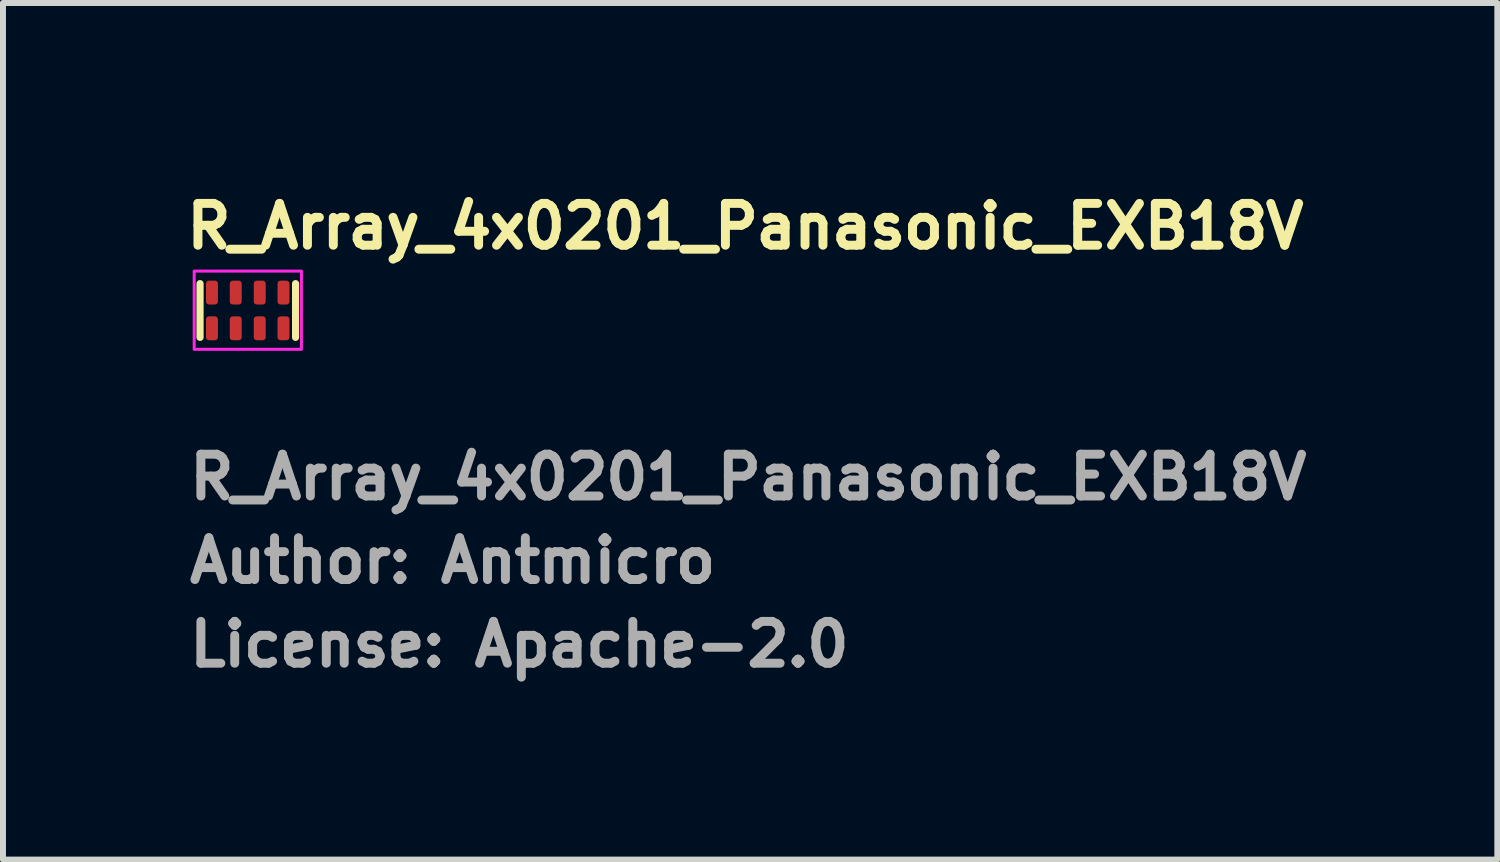
<source format=kicad_pcb>
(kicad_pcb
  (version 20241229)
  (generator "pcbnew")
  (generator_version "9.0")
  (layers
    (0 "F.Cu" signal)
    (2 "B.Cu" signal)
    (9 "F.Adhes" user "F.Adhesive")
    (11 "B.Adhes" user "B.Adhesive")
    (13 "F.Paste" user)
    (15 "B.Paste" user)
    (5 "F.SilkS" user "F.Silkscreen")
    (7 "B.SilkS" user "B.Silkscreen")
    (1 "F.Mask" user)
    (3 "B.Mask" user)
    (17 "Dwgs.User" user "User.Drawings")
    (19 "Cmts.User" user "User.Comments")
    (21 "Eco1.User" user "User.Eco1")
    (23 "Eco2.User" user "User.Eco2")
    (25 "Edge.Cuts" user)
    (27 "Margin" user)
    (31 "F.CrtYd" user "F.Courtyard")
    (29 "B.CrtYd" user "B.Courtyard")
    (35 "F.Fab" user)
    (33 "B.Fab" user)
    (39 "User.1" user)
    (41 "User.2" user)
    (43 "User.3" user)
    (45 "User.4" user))
  (footprint "R_Array_4x0201_Panasonic_EXB18V"
    (layer "F.Cu")
    (at 1.1 2.15)
    (property "Reference" "R_Array_4x0201_Panasonic_EXB18V" (at -1.1 -1 180) (layer "F.SilkS") (effects (font (size 0.7 0.7) (thickness 0.15)) (justify left bottom)))
    (attr smd)
    (fp_line (start -0.8 -0.45) (end -0.8 0.45) (stroke (width 0.12) (type solid)) (layer "F.SilkS"))
    (fp_line (start 0.8 -0.45) (end 0.8 0.45) (stroke (width 0.12) (type solid)) (layer "F.SilkS"))
    (fp_rect (start -0.898 -0.66) (end 0.898 0.65) (stroke (width 0.05) (type solid)) (fill no) (layer "F.CrtYd"))
    (fp_rect (start -0.749 -0.356) (end 0.747 0.354) (stroke (width 0.1) (type solid)) (fill no) (layer "User.5"))
    (fp_line (start -0.749 -0.332) (end -0.749 0.33) (stroke (width 0.02) (type solid)) (layer "User.9"))
    (fp_line (start -0.749 0.33) (end -0.711 0.33) (stroke (width 0.02) (type solid)) (layer "User.9"))
    (fp_line (start -0.711 -0.356) (end -0.508 -0.356) (stroke (width 0.02) (type solid)) (layer "User.9"))
    (fp_line (start -0.711 -0.332) (end -0.749 -0.332) (stroke (width 0.02) (type solid)) (layer "User.9"))
    (fp_line (start -0.711 -0.127) (end -0.711 -0.356) (stroke (width 0.02) (type solid)) (layer "User.9"))
    (fp_line (start -0.711 0.125) (end -0.508 0.125) (stroke (width 0.02) (type solid)) (layer "User.9"))
    (fp_line (start -0.711 0.354) (end -0.711 0.125) (stroke (width 0.02) (type solid)) (layer "User.9"))
    (fp_line (start -0.508 -0.356) (end -0.508 -0.127) (stroke (width 0.02) (type solid)) (layer "User.9"))
    (fp_line (start -0.508 -0.127) (end -0.711 -0.127) (stroke (width 0.02) (type solid)) (layer "User.9"))
    (fp_line (start -0.508 0.125) (end -0.508 0.354) (stroke (width 0.02) (type solid)) (layer "User.9"))
    (fp_line (start -0.508 0.33) (end -0.305 0.33) (stroke (width 0.02) (type solid)) (layer "User.9"))
    (fp_line (start -0.508 0.354) (end -0.711 0.354) (stroke (width 0.02) (type solid)) (layer "User.9"))
    (fp_line (start -0.305 -0.356) (end -0.103 -0.356) (stroke (width 0.02) (type solid)) (layer "User.9"))
    (fp_line (start -0.305 -0.332) (end -0.508 -0.332) (stroke (width 0.02) (type solid)) (layer "User.9"))
    (fp_line (start -0.305 -0.127) (end -0.305 -0.356) (stroke (width 0.02) (type solid)) (layer "User.9"))
    (fp_line (start -0.305 0.125) (end -0.103 0.125) (stroke (width 0.02) (type solid)) (layer "User.9"))
    (fp_line (start -0.305 0.354) (end -0.305 0.125) (stroke (width 0.02) (type solid)) (layer "User.9"))
    (fp_line (start -0.103 -0.356) (end -0.103 -0.127) (stroke (width 0.02) (type solid)) (layer "User.9"))
    (fp_line (start -0.103 -0.127) (end -0.305 -0.127) (stroke (width 0.02) (type solid)) (layer "User.9"))
    (fp_line (start -0.103 0.125) (end -0.103 0.354) (stroke (width 0.02) (type solid)) (layer "User.9"))
    (fp_line (start -0.103 0.33) (end 0.101 0.33) (stroke (width 0.02) (type solid)) (layer "User.9"))
    (fp_line (start -0.103 0.354) (end -0.305 0.354) (stroke (width 0.02) (type solid)) (layer "User.9"))
    (fp_line (start 0.101 -0.356) (end 0.303 -0.356) (stroke (width 0.02) (type solid)) (layer "User.9"))
    (fp_line (start 0.101 -0.332) (end -0.103 -0.332) (stroke (width 0.02) (type solid)) (layer "User.9"))
    (fp_line (start 0.101 -0.127) (end 0.101 -0.356) (stroke (width 0.02) (type solid)) (layer "User.9"))
    (fp_line (start 0.101 0.125) (end 0.303 0.125) (stroke (width 0.02) (type solid)) (layer "User.9"))
    (fp_line (start 0.101 0.354) (end 0.101 0.125) (stroke (width 0.02) (type solid)) (layer "User.9"))
    (fp_line (start 0.303 -0.356) (end 0.303 -0.127) (stroke (width 0.02) (type solid)) (layer "User.9"))
    (fp_line (start 0.303 -0.127) (end 0.101 -0.127) (stroke (width 0.02) (type solid)) (layer "User.9"))
    (fp_line (start 0.303 0.125) (end 0.303 0.354) (stroke (width 0.02) (type solid)) (layer "User.9"))
    (fp_line (start 0.303 0.33) (end 0.506 0.33) (stroke (width 0.02) (type solid)) (layer "User.9"))
    (fp_line (start 0.303 0.354) (end 0.101 0.354) (stroke (width 0.02) (type solid)) (layer "User.9"))
    (fp_line (start 0.506 -0.356) (end 0.709 -0.356) (stroke (width 0.02) (type solid)) (layer "User.9"))
    (fp_line (start 0.506 -0.332) (end 0.303 -0.332) (stroke (width 0.02) (type solid)) (layer "User.9"))
    (fp_line (start 0.506 -0.127) (end 0.506 -0.356) (stroke (width 0.02) (type solid)) (layer "User.9"))
    (fp_line (start 0.506 0.125) (end 0.709 0.125) (stroke (width 0.02) (type solid)) (layer "User.9"))
    (fp_line (start 0.506 0.354) (end 0.506 0.125) (stroke (width 0.02) (type solid)) (layer "User.9"))
    (fp_line (start 0.709 -0.356) (end 0.709 -0.127) (stroke (width 0.02) (type solid)) (layer "User.9"))
    (fp_line (start 0.709 -0.127) (end 0.506 -0.127) (stroke (width 0.02) (type solid)) (layer "User.9"))
    (fp_line (start 0.709 0.125) (end 0.709 0.354) (stroke (width 0.02) (type solid)) (layer "User.9"))
    (fp_line (start 0.709 0.33) (end 0.747 0.33) (stroke (width 0.02) (type solid)) (layer "User.9"))
    (fp_line (start 0.709 0.354) (end 0.506 0.354) (stroke (width 0.02) (type solid)) (layer "User.9"))
    (fp_line (start 0.747 -0.332) (end 0.709 -0.332) (stroke (width 0.02) (type solid)) (layer "User.9"))
    (fp_line (start 0.747 0.33) (end 0.747 -0.332) (stroke (width 0.02) (type solid)) (layer "User.9"))
    (fp_text user "Author: Antmicro" (at -1.051 4.599 0) (layer "F.Fab") (effects (font (size 0.7 0.7) (thickness 0.15)) (justify left bottom)))
    (fp_text user "License: Apache-2.0" (at -1.051 6 0) (layer "F.Fab") (effects (font (size 0.7 0.7) (thickness 0.15)) (justify left bottom)))
    (fp_text user "${REFERENCE}" (at -1.051 3.2 0) (layer "F.Fab") (effects (font (size 0.7 0.7) (thickness 0.15)) (justify left bottom)))
    (pad "1" smd roundrect (at -0.6 0.298) (size 0.2 0.4) (layers "F.Cu" "F.Mask" "F.Paste") (roundrect_rratio 0.25))
    (pad "2" smd roundrect (at -0.202 0.298) (size 0.2 0.4) (layers "F.Cu" "F.Mask" "F.Paste") (roundrect_rratio 0.25))
    (pad "3" smd roundrect (at 0.2 0.298) (size 0.2 0.4) (layers "F.Cu" "F.Mask" "F.Paste") (roundrect_rratio 0.25))
    (pad "4" smd roundrect (at 0.598 0.298) (size 0.2 0.4) (layers "F.Cu" "F.Mask" "F.Paste") (roundrect_rratio 0.25))
    (pad "5" smd roundrect (at 0.598 -0.3) (size 0.2 0.4) (layers "F.Cu" "F.Mask" "F.Paste") (roundrect_rratio 0.25))
    (pad "6" smd roundrect (at 0.2 -0.3) (size 0.2 0.4) (layers "F.Cu" "F.Mask" "F.Paste") (roundrect_rratio 0.25))
    (pad "7" smd roundrect (at -0.202 -0.3) (size 0.2 0.4) (layers "F.Cu" "F.Mask" "F.Paste") (roundrect_rratio 0.25))
    (pad "8" smd roundrect (at -0.6 -0.3) (size 0.2 0.4) (layers "F.Cu" "F.Mask" "F.Paste") (roundrect_rratio 0.25)))
  (gr_rect
    (start -3 -3)
    (end 22.026 11.345)
    (stroke (width 0.1) (type default))
    (fill no)
    (layer "Edge.Cuts")))
</source>
